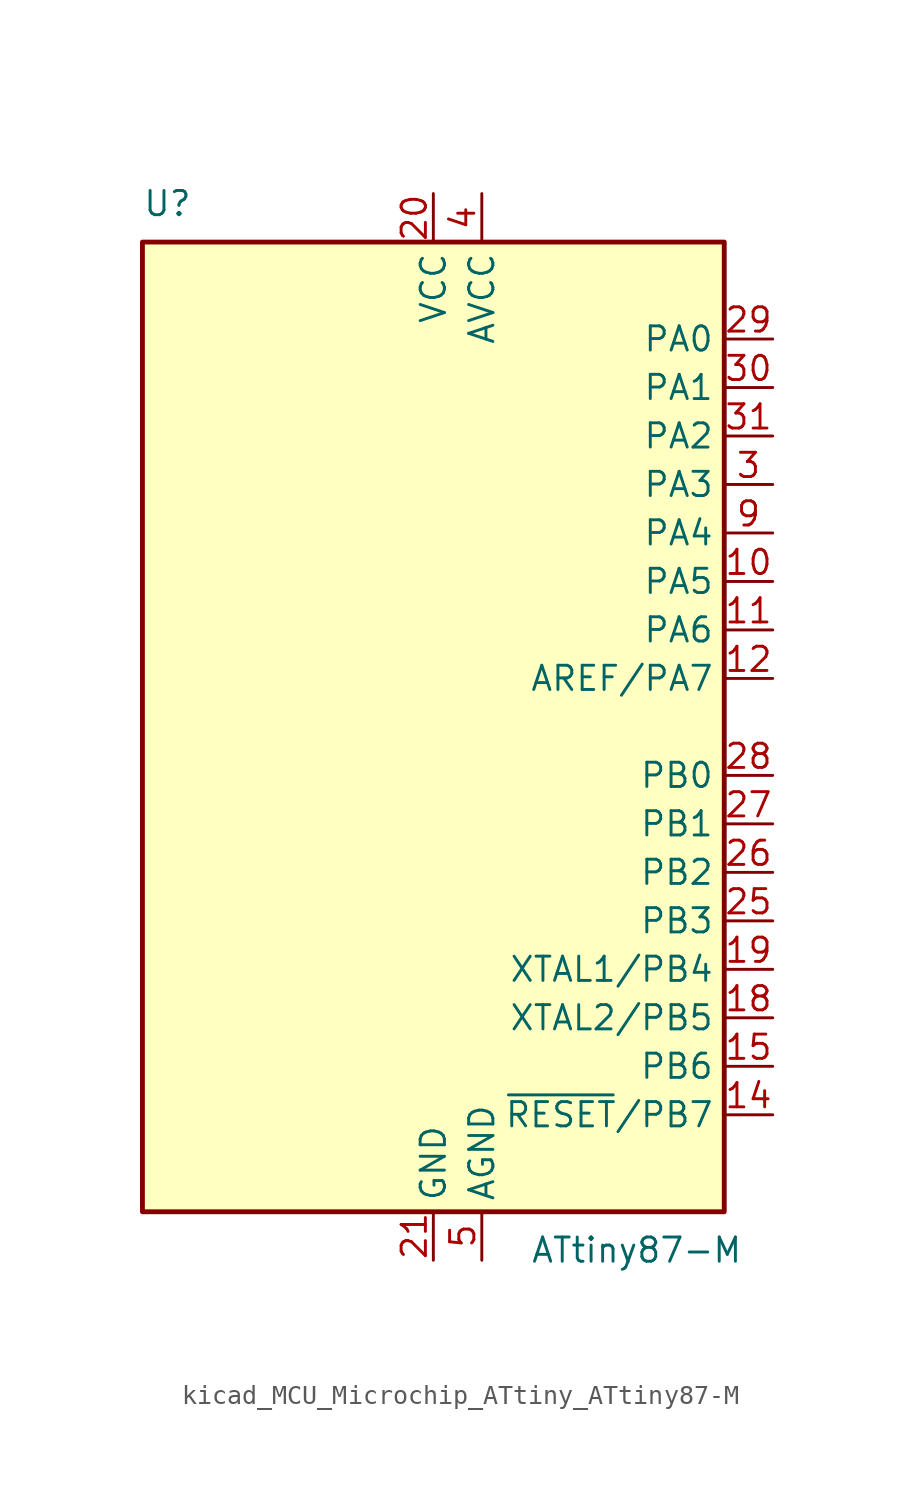
<source format=kicad_sym>
(kicad_symbol_lib
  (version 20220914)
  (generator kicad_symbol_editor)
  (symbol "kicad_MCU_Microchip_ATtiny_ATtiny87-M"
    (property "Reference" "U"
      (at -15.24 26.67 0)
      (effects (font (size 1.27 1.27)) (justify left bottom)))
    (property "Value" "ATtiny87-M"
      (at 5.08 -26.67 0)
      (effects (font (size 1.27 1.27)) (justify left top)))
    (symbol "kicad_MCU_Microchip_ATtiny_ATtiny87-M_0_1"
      (rectangle (start -15.24 -25.4) (end 15.24 25.4) (stroke (width 0.254) (type default)) (fill (type background))))
    (symbol "kicad_MCU_Microchip_ATtiny_ATtiny87-M_1_1"
      (pin no_connect line (at -15.24 5.08 0) (length 2.54) hide (name "NC" (effects (font (size 1.27 1.27)))) (number "1" (effects (font (size 1.27 1.27)))))
      (pin bidirectional line (at 17.78 7.62 180) (length 2.54) (name "PA5" (effects (font (size 1.27 1.27)))) (number "10" (effects (font (size 1.27 1.27)))))
      (pin bidirectional line (at 17.78 5.08 180) (length 2.54) (name "PA6" (effects (font (size 1.27 1.27)))) (number "11" (effects (font (size 1.27 1.27)))))
      (pin bidirectional line (at 17.78 2.54 180) (length 2.54) (name "AREF/PA7" (effects (font (size 1.27 1.27)))) (number "12" (effects (font (size 1.27 1.27)))))
      (pin no_connect line (at -15.24 -7.62 0) (length 2.54) hide (name "NC" (effects (font (size 1.27 1.27)))) (number "13" (effects (font (size 1.27 1.27)))))
      (pin bidirectional line (at 17.78 -20.32 180) (length 2.54) (name "~{RESET}/PB7" (effects (font (size 1.27 1.27)))) (number "14" (effects (font (size 1.27 1.27)))))
      (pin bidirectional line (at 17.78 -17.78 180) (length 2.54) (name "PB6" (effects (font (size 1.27 1.27)))) (number "15" (effects (font (size 1.27 1.27)))))
      (pin no_connect line (at -15.24 -10.16 0) (length 2.54) hide (name "NC" (effects (font (size 1.27 1.27)))) (number "16" (effects (font (size 1.27 1.27)))))
      (pin no_connect line (at -15.24 -12.7 0) (length 2.54) hide (name "NC" (effects (font (size 1.27 1.27)))) (number "17" (effects (font (size 1.27 1.27)))))
      (pin bidirectional line (at 17.78 -15.24 180) (length 2.54) (name "XTAL2/PB5" (effects (font (size 1.27 1.27)))) (number "18" (effects (font (size 1.27 1.27)))))
      (pin bidirectional line (at 17.78 -12.7 180) (length 2.54) (name "XTAL1/PB4" (effects (font (size 1.27 1.27)))) (number "19" (effects (font (size 1.27 1.27)))))
      (pin no_connect line (at -15.24 2.54 0) (length 2.54) hide (name "NC" (effects (font (size 1.27 1.27)))) (number "2" (effects (font (size 1.27 1.27)))))
      (pin power_in line (at 0 27.94 270) (length 2.54) (name "VCC" (effects (font (size 1.27 1.27)))) (number "20" (effects (font (size 1.27 1.27)))))
      (pin power_in line (at 0 -27.94 90) (length 2.54) (name "GND" (effects (font (size 1.27 1.27)))) (number "21" (effects (font (size 1.27 1.27)))))
      (pin no_connect line (at -15.24 -15.24 0) (length 2.54) hide (name "NC" (effects (font (size 1.27 1.27)))) (number "22" (effects (font (size 1.27 1.27)))))
      (pin no_connect line (at -15.24 -17.78 0) (length 2.54) hide (name "NC" (effects (font (size 1.27 1.27)))) (number "23" (effects (font (size 1.27 1.27)))))
      (pin no_connect line (at -15.24 -20.32 0) (length 2.54) hide (name "NC" (effects (font (size 1.27 1.27)))) (number "24" (effects (font (size 1.27 1.27)))))
      (pin bidirectional line (at 17.78 -10.16 180) (length 2.54) (name "PB3" (effects (font (size 1.27 1.27)))) (number "25" (effects (font (size 1.27 1.27)))))
      (pin bidirectional line (at 17.78 -7.62 180) (length 2.54) (name "PB2" (effects (font (size 1.27 1.27)))) (number "26" (effects (font (size 1.27 1.27)))))
      (pin bidirectional line (at 17.78 -5.08 180) (length 2.54) (name "PB1" (effects (font (size 1.27 1.27)))) (number "27" (effects (font (size 1.27 1.27)))))
      (pin bidirectional line (at 17.78 -2.54 180) (length 2.54) (name "PB0" (effects (font (size 1.27 1.27)))) (number "28" (effects (font (size 1.27 1.27)))))
      (pin bidirectional line (at 17.78 20.32 180) (length 2.54) (name "PA0" (effects (font (size 1.27 1.27)))) (number "29" (effects (font (size 1.27 1.27)))))
      (pin bidirectional line (at 17.78 12.7 180) (length 2.54) (name "PA3" (effects (font (size 1.27 1.27)))) (number "3" (effects (font (size 1.27 1.27)))))
      (pin bidirectional line (at 17.78 17.78 180) (length 2.54) (name "PA1" (effects (font (size 1.27 1.27)))) (number "30" (effects (font (size 1.27 1.27)))))
      (pin bidirectional line (at 17.78 15.24 180) (length 2.54) (name "PA2" (effects (font (size 1.27 1.27)))) (number "31" (effects (font (size 1.27 1.27)))))
      (pin no_connect line (at -15.24 -22.86 0) (length 2.54) hide (name "NC" (effects (font (size 1.27 1.27)))) (number "32" (effects (font (size 1.27 1.27)))))
      (pin passive line (at 0 -27.94 90) (length 2.54) hide (name "GND" (effects (font (size 1.27 1.27)))) (number "33" (effects (font (size 1.27 1.27)))))
      (pin power_in line (at 2.54 27.94 270) (length 2.54) (name "AVCC" (effects (font (size 1.27 1.27)))) (number "4" (effects (font (size 1.27 1.27)))))
      (pin power_in line (at 2.54 -27.94 90) (length 2.54) (name "AGND" (effects (font (size 1.27 1.27)))) (number "5" (effects (font (size 1.27 1.27)))))
      (pin no_connect line (at -15.24 0 0) (length 2.54) hide (name "NC" (effects (font (size 1.27 1.27)))) (number "6" (effects (font (size 1.27 1.27)))))
      (pin no_connect line (at -15.24 -2.54 0) (length 2.54) hide (name "NC" (effects (font (size 1.27 1.27)))) (number "7" (effects (font (size 1.27 1.27)))))
      (pin no_connect line (at -15.24 -5.08 0) (length 2.54) hide (name "NC" (effects (font (size 1.27 1.27)))) (number "8" (effects (font (size 1.27 1.27)))))
      (pin bidirectional line (at 17.78 10.16 180) (length 2.54) (name "PA4" (effects (font (size 1.27 1.27)))) (number "9" (effects (font (size 1.27 1.27))))))))
</source>
